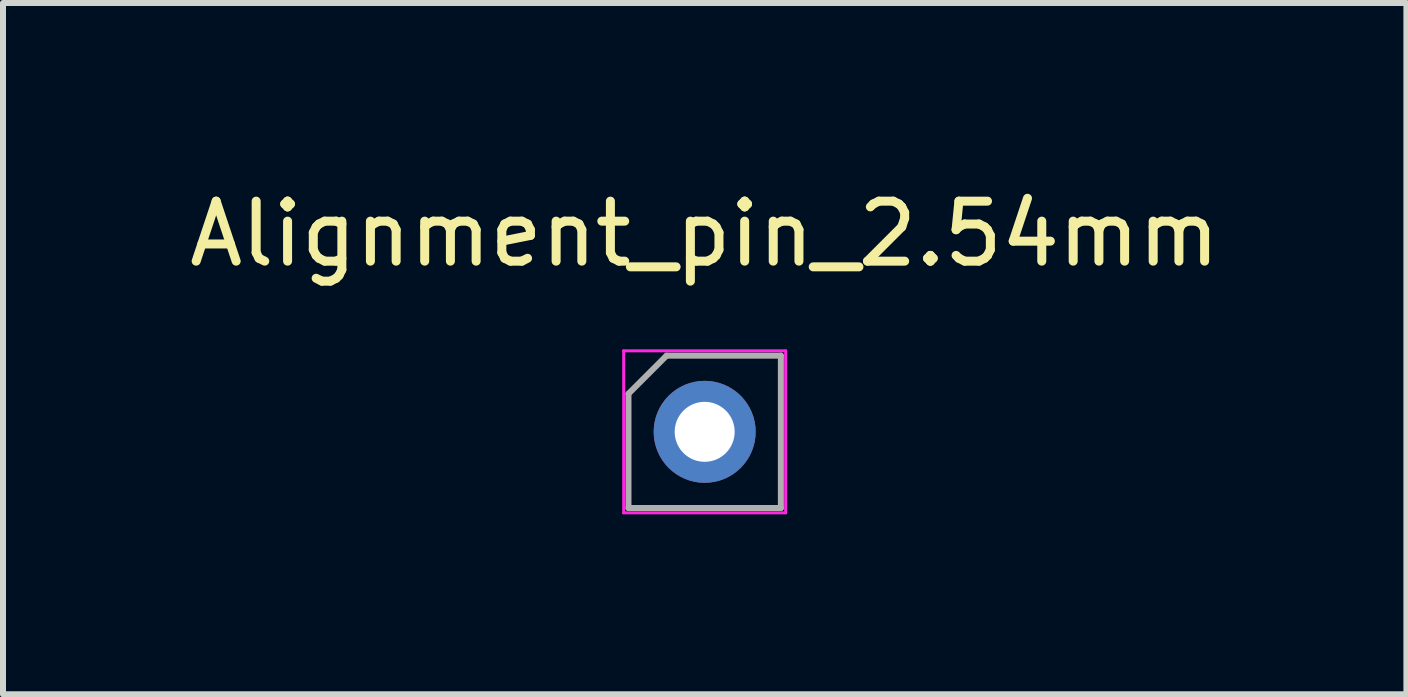
<source format=kicad_pcb>
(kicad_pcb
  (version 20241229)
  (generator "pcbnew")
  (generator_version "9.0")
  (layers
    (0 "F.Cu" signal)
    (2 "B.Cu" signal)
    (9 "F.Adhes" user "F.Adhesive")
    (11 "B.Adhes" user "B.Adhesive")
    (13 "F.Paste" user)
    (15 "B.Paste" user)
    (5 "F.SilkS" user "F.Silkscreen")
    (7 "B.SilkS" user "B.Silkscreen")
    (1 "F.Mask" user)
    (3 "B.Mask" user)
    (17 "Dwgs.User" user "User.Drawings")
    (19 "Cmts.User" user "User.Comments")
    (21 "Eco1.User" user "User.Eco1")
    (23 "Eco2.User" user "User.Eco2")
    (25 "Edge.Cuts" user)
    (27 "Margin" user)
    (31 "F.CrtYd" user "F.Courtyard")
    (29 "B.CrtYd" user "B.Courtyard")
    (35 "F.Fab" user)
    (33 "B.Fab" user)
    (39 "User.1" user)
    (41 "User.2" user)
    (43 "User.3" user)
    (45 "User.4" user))
  (footprint "Alignment_pin_2.54mm"
    (layer "F.Cu")
    (at 8.696 4.148)
    (property "Reference" "Alignment_pin_2.54mm" (at 0 -3.3 0) (layer "F.SilkS") (effects (font (size 1 1) (thickness 0.15))))
    (attr through_hole)
    (fp_line (start -1.35 -1.35) (end -1.35 1.35) (stroke (width 0.05) (type solid)) (layer "F.CrtYd"))
    (fp_line (start -1.35 1.35) (end 1.35 1.35) (stroke (width 0.05) (type solid)) (layer "F.CrtYd"))
    (fp_line (start 1.35 -1.35) (end -1.35 -1.35) (stroke (width 0.05) (type solid)) (layer "F.CrtYd"))
    (fp_line (start 1.35 1.35) (end 1.35 -1.35) (stroke (width 0.05) (type solid)) (layer "F.CrtYd"))
    (fp_line (start -1.27 -0.635) (end -0.635 -1.27) (stroke (width 0.1) (type solid)) (layer "F.Fab"))
    (fp_line (start -1.27 1.27) (end -1.27 -0.635) (stroke (width 0.1) (type solid)) (layer "F.Fab"))
    (fp_line (start -0.635 -1.27) (end 1.27 -1.27) (stroke (width 0.1) (type solid)) (layer "F.Fab"))
    (fp_line (start 1.27 -1.27) (end 1.27 1.27) (stroke (width 0.1) (type solid)) (layer "F.Fab"))
    (fp_line (start 1.27 1.27) (end -1.27 1.27) (stroke (width 0.1) (type solid)) (layer "F.Fab"))
    (pad "1" thru_hole circle (at 0 0) (size 1.7 1.7) (drill 1) (layers "*.Cu" "*.Mask")))
  (gr_rect
    (start -3 -3)
    (end 20.393 8.523)
    (stroke (width 0.1) (type default))
    (fill no)
    (layer "Edge.Cuts")))
</source>
